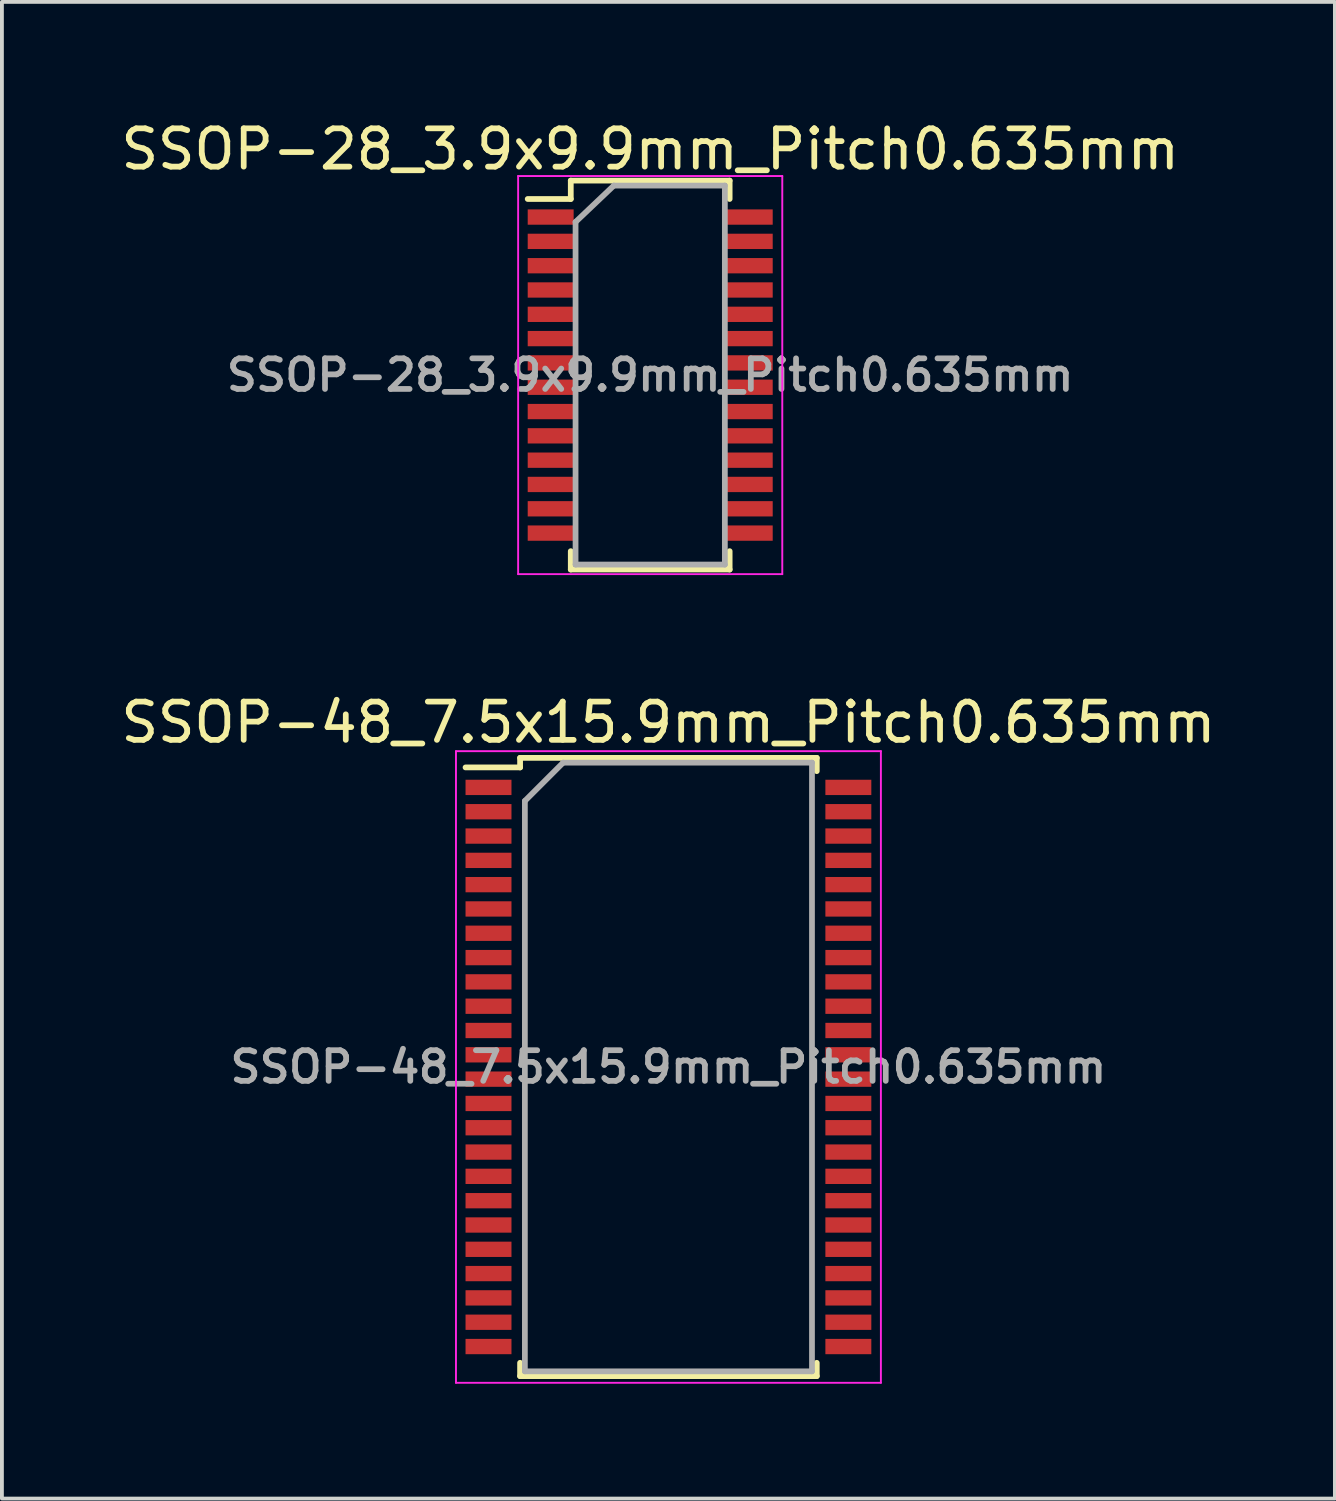
<source format=kicad_pcb>
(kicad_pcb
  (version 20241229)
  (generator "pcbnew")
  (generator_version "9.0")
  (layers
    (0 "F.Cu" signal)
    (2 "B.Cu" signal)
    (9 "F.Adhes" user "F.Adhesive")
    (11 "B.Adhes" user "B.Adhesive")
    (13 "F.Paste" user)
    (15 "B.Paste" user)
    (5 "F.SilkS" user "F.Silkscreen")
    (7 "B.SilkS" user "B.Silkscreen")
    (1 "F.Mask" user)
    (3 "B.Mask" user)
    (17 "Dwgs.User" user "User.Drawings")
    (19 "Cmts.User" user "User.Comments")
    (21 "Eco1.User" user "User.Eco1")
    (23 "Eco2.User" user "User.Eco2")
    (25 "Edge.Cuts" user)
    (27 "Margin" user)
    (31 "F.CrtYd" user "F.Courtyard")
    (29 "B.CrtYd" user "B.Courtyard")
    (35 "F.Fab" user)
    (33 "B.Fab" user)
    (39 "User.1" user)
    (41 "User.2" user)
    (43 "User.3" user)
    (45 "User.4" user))
  (footprint "SSOP-48_7.5x15.9mm_Pitch0.635mm"
    (layer "F.Cu")
    (at 14.411 24.822)
    (property "Reference" "SSOP-48_7.5x15.9mm_Pitch0.635mm" (at 0 -9 0) (layer "F.SilkS") (effects (font (size 1 1) (thickness 0.15))))
    (attr smd)
    (fp_line (start -3.875 -8.075) (end -3.875 -7.825) (stroke (width 0.15) (type solid)) (layer "F.SilkS"))
    (fp_line (start -3.875 -8.075) (end 3.875 -8.075) (stroke (width 0.15) (type solid)) (layer "F.SilkS"))
    (fp_line (start -3.875 -7.825) (end -5.3 -7.825) (stroke (width 0.15) (type solid)) (layer "F.SilkS"))
    (fp_line (start -3.875 8.075) (end -3.875 7.728) (stroke (width 0.15) (type solid)) (layer "F.SilkS"))
    (fp_line (start -3.875 8.075) (end 3.875 8.075) (stroke (width 0.15) (type solid)) (layer "F.SilkS"))
    (fp_line (start 3.875 -8.075) (end 3.875 -7.728) (stroke (width 0.15) (type solid)) (layer "F.SilkS"))
    (fp_line (start 3.875 8.075) (end 3.875 7.728) (stroke (width 0.15) (type solid)) (layer "F.SilkS"))
    (fp_line (start -5.55 -8.25) (end -5.55 8.25) (stroke (width 0.05) (type solid)) (layer "F.CrtYd"))
    (fp_line (start -5.55 -8.25) (end 5.55 -8.25) (stroke (width 0.05) (type solid)) (layer "F.CrtYd"))
    (fp_line (start -5.55 8.25) (end 5.55 8.25) (stroke (width 0.05) (type solid)) (layer "F.CrtYd"))
    (fp_line (start 5.55 -8.25) (end 5.55 8.25) (stroke (width 0.05) (type solid)) (layer "F.CrtYd"))
    (fp_line (start -3.75 -6.95) (end -2.75 -7.95) (stroke (width 0.15) (type solid)) (layer "F.Fab"))
    (fp_line (start -3.75 7.95) (end -3.75 -6.95) (stroke (width 0.15) (type solid)) (layer "F.Fab"))
    (fp_line (start -2.75 -7.95) (end 3.75 -7.95) (stroke (width 0.15) (type solid)) (layer "F.Fab"))
    (fp_line (start 3.75 -7.95) (end 3.75 7.95) (stroke (width 0.15) (type solid)) (layer "F.Fab"))
    (fp_line (start 3.75 7.95) (end -3.75 7.95) (stroke (width 0.15) (type solid)) (layer "F.Fab"))
    (fp_text user "${REFERENCE}" (at 0 0 0) (layer "F.Fab") (effects (font (size 0.8 0.8) (thickness 0.15))))
    (pad "1" smd rect (at -4.7 -7.303) (size 1.2 0.4) (layers "F.Cu" "F.Mask" "F.Paste"))
    (pad "2" smd rect (at -4.7 -6.668) (size 1.2 0.4) (layers "F.Cu" "F.Mask" "F.Paste"))
    (pad "3" smd rect (at -4.7 -6.032) (size 1.2 0.4) (layers "F.Cu" "F.Mask" "F.Paste"))
    (pad "4" smd rect (at -4.7 -5.397) (size 1.2 0.4) (layers "F.Cu" "F.Mask" "F.Paste"))
    (pad "5" smd rect (at -4.7 -4.763) (size 1.2 0.4) (layers "F.Cu" "F.Mask" "F.Paste"))
    (pad "6" smd rect (at -4.7 -4.128) (size 1.2 0.4) (layers "F.Cu" "F.Mask" "F.Paste"))
    (pad "7" smd rect (at -4.7 -3.493) (size 1.2 0.4) (layers "F.Cu" "F.Mask" "F.Paste"))
    (pad "8" smd rect (at -4.7 -2.857) (size 1.2 0.4) (layers "F.Cu" "F.Mask" "F.Paste"))
    (pad "9" smd rect (at -4.7 -2.223) (size 1.2 0.4) (layers "F.Cu" "F.Mask" "F.Paste"))
    (pad "10" smd rect (at -4.7 -1.587) (size 1.2 0.4) (layers "F.Cu" "F.Mask" "F.Paste"))
    (pad "11" smd rect (at -4.7 -0.953) (size 1.2 0.4) (layers "F.Cu" "F.Mask" "F.Paste"))
    (pad "12" smd rect (at -4.7 -0.318) (size 1.2 0.4) (layers "F.Cu" "F.Mask" "F.Paste"))
    (pad "13" smd rect (at -4.7 0.318) (size 1.2 0.4) (layers "F.Cu" "F.Mask" "F.Paste"))
    (pad "14" smd rect (at -4.7 0.953) (size 1.2 0.4) (layers "F.Cu" "F.Mask" "F.Paste"))
    (pad "15" smd rect (at -4.7 1.587) (size 1.2 0.4) (layers "F.Cu" "F.Mask" "F.Paste"))
    (pad "16" smd rect (at -4.7 2.223) (size 1.2 0.4) (layers "F.Cu" "F.Mask" "F.Paste"))
    (pad "17" smd rect (at -4.7 2.857) (size 1.2 0.4) (layers "F.Cu" "F.Mask" "F.Paste"))
    (pad "18" smd rect (at -4.7 3.493) (size 1.2 0.4) (layers "F.Cu" "F.Mask" "F.Paste"))
    (pad "19" smd rect (at -4.7 4.128) (size 1.2 0.4) (layers "F.Cu" "F.Mask" "F.Paste"))
    (pad "20" smd rect (at -4.7 4.763) (size 1.2 0.4) (layers "F.Cu" "F.Mask" "F.Paste"))
    (pad "21" smd rect (at -4.7 5.397) (size 1.2 0.4) (layers "F.Cu" "F.Mask" "F.Paste"))
    (pad "22" smd rect (at -4.7 6.032) (size 1.2 0.4) (layers "F.Cu" "F.Mask" "F.Paste"))
    (pad "23" smd rect (at -4.7 6.668) (size 1.2 0.4) (layers "F.Cu" "F.Mask" "F.Paste"))
    (pad "24" smd rect (at -4.7 7.303) (size 1.2 0.4) (layers "F.Cu" "F.Mask" "F.Paste"))
    (pad "25" smd rect (at 4.7 7.303) (size 1.2 0.4) (layers "F.Cu" "F.Mask" "F.Paste"))
    (pad "26" smd rect (at 4.7 6.668) (size 1.2 0.4) (layers "F.Cu" "F.Mask" "F.Paste"))
    (pad "27" smd rect (at 4.7 6.032) (size 1.2 0.4) (layers "F.Cu" "F.Mask" "F.Paste"))
    (pad "28" smd rect (at 4.7 5.397) (size 1.2 0.4) (layers "F.Cu" "F.Mask" "F.Paste"))
    (pad "29" smd rect (at 4.7 4.763) (size 1.2 0.4) (layers "F.Cu" "F.Mask" "F.Paste"))
    (pad "30" smd rect (at 4.7 4.128) (size 1.2 0.4) (layers "F.Cu" "F.Mask" "F.Paste"))
    (pad "31" smd rect (at 4.7 3.493) (size 1.2 0.4) (layers "F.Cu" "F.Mask" "F.Paste"))
    (pad "32" smd rect (at 4.7 2.857) (size 1.2 0.4) (layers "F.Cu" "F.Mask" "F.Paste"))
    (pad "33" smd rect (at 4.7 2.223) (size 1.2 0.4) (layers "F.Cu" "F.Mask" "F.Paste"))
    (pad "34" smd rect (at 4.7 1.587) (size 1.2 0.4) (layers "F.Cu" "F.Mask" "F.Paste"))
    (pad "35" smd rect (at 4.7 0.953) (size 1.2 0.4) (layers "F.Cu" "F.Mask" "F.Paste"))
    (pad "36" smd rect (at 4.7 0.318) (size 1.2 0.4) (layers "F.Cu" "F.Mask" "F.Paste"))
    (pad "37" smd rect (at 4.7 -0.318) (size 1.2 0.4) (layers "F.Cu" "F.Mask" "F.Paste"))
    (pad "38" smd rect (at 4.7 -0.953) (size 1.2 0.4) (layers "F.Cu" "F.Mask" "F.Paste"))
    (pad "39" smd rect (at 4.7 -1.587) (size 1.2 0.4) (layers "F.Cu" "F.Mask" "F.Paste"))
    (pad "40" smd rect (at 4.7 -2.223) (size 1.2 0.4) (layers "F.Cu" "F.Mask" "F.Paste"))
    (pad "41" smd rect (at 4.7 -2.857) (size 1.2 0.4) (layers "F.Cu" "F.Mask" "F.Paste"))
    (pad "42" smd rect (at 4.7 -3.493) (size 1.2 0.4) (layers "F.Cu" "F.Mask" "F.Paste"))
    (pad "43" smd rect (at 4.7 -4.128) (size 1.2 0.4) (layers "F.Cu" "F.Mask" "F.Paste"))
    (pad "44" smd rect (at 4.7 -4.763) (size 1.2 0.4) (layers "F.Cu" "F.Mask" "F.Paste"))
    (pad "45" smd rect (at 4.7 -5.397) (size 1.2 0.4) (layers "F.Cu" "F.Mask" "F.Paste"))
    (pad "46" smd rect (at 4.7 -6.032) (size 1.2 0.4) (layers "F.Cu" "F.Mask" "F.Paste"))
    (pad "47" smd rect (at 4.7 -6.668) (size 1.2 0.4) (layers "F.Cu" "F.Mask" "F.Paste"))
    (pad "48" smd rect (at 4.7 -7.303) (size 1.2 0.4) (layers "F.Cu" "F.Mask" "F.Paste")))
  (footprint "SSOP-28_3.9x9.9mm_Pitch0.635mm"
    (layer "F.Cu")
    (at 13.935 6.748)
    (property "Reference" "SSOP-28_3.9x9.9mm_Pitch0.635mm" (at 0 -5.9 0) (layer "F.SilkS") (effects (font (size 1 1) (thickness 0.15))))
    (attr smd)
    (fp_line (start -2.075 -5.08) (end -2.075 -4.6) (stroke (width 0.15) (type solid)) (layer "F.SilkS"))
    (fp_line (start -2.075 -5.08) (end 2.075 -5.08) (stroke (width 0.15) (type solid)) (layer "F.SilkS"))
    (fp_line (start -2.075 -4.6) (end -3.2 -4.6) (stroke (width 0.15) (type solid)) (layer "F.SilkS"))
    (fp_line (start -2.075 5.08) (end -2.075 4.6) (stroke (width 0.15) (type solid)) (layer "F.SilkS"))
    (fp_line (start -2.075 5.08) (end 2.075 5.08) (stroke (width 0.15) (type solid)) (layer "F.SilkS"))
    (fp_line (start 2.075 -5.08) (end 2.075 -4.6) (stroke (width 0.15) (type solid)) (layer "F.SilkS"))
    (fp_line (start 2.075 5.08) (end 2.075 4.6) (stroke (width 0.15) (type solid)) (layer "F.SilkS"))
    (fp_line (start -3.45 -5.2) (end -3.45 5.2) (stroke (width 0.05) (type solid)) (layer "F.CrtYd"))
    (fp_line (start -3.45 -5.2) (end 3.45 -5.2) (stroke (width 0.05) (type solid)) (layer "F.CrtYd"))
    (fp_line (start -3.45 5.2) (end 3.45 5.2) (stroke (width 0.05) (type solid)) (layer "F.CrtYd"))
    (fp_line (start 3.45 -5.2) (end 3.45 5.2) (stroke (width 0.05) (type solid)) (layer "F.CrtYd"))
    (fp_line (start -1.95 -4) (end -0.95 -4.95) (stroke (width 0.15) (type solid)) (layer "F.Fab"))
    (fp_line (start -1.95 4.95) (end -1.95 -4) (stroke (width 0.15) (type solid)) (layer "F.Fab"))
    (fp_line (start -0.95 -4.95) (end 1.95 -4.95) (stroke (width 0.15) (type solid)) (layer "F.Fab"))
    (fp_line (start 1.95 -4.95) (end 1.95 4.95) (stroke (width 0.15) (type solid)) (layer "F.Fab"))
    (fp_line (start 1.95 4.95) (end -1.95 4.95) (stroke (width 0.15) (type solid)) (layer "F.Fab"))
    (fp_text user "${REFERENCE}" (at 0 0 0) (layer "F.Fab") (effects (font (size 0.8 0.8) (thickness 0.15))))
    (pad "1" smd rect (at -2.6 -4.128) (size 1.2 0.4) (layers "F.Cu" "F.Mask" "F.Paste"))
    (pad "2" smd rect (at -2.6 -3.493) (size 1.2 0.4) (layers "F.Cu" "F.Mask" "F.Paste"))
    (pad "3" smd rect (at -2.6 -2.857) (size 1.2 0.4) (layers "F.Cu" "F.Mask" "F.Paste"))
    (pad "4" smd rect (at -2.6 -2.223) (size 1.2 0.4) (layers "F.Cu" "F.Mask" "F.Paste"))
    (pad "5" smd rect (at -2.6 -1.587) (size 1.2 0.4) (layers "F.Cu" "F.Mask" "F.Paste"))
    (pad "6" smd rect (at -2.6 -0.953) (size 1.2 0.4) (layers "F.Cu" "F.Mask" "F.Paste"))
    (pad "7" smd rect (at -2.6 -0.318) (size 1.2 0.4) (layers "F.Cu" "F.Mask" "F.Paste"))
    (pad "8" smd rect (at -2.6 0.318) (size 1.2 0.4) (layers "F.Cu" "F.Mask" "F.Paste"))
    (pad "9" smd rect (at -2.6 0.953) (size 1.2 0.4) (layers "F.Cu" "F.Mask" "F.Paste"))
    (pad "10" smd rect (at -2.6 1.587) (size 1.2 0.4) (layers "F.Cu" "F.Mask" "F.Paste"))
    (pad "11" smd rect (at -2.6 2.223) (size 1.2 0.4) (layers "F.Cu" "F.Mask" "F.Paste"))
    (pad "12" smd rect (at -2.6 2.857) (size 1.2 0.4) (layers "F.Cu" "F.Mask" "F.Paste"))
    (pad "13" smd rect (at -2.6 3.493) (size 1.2 0.4) (layers "F.Cu" "F.Mask" "F.Paste"))
    (pad "14" smd rect (at -2.6 4.128) (size 1.2 0.4) (layers "F.Cu" "F.Mask" "F.Paste"))
    (pad "15" smd rect (at 2.6 4.128) (size 1.2 0.4) (layers "F.Cu" "F.Mask" "F.Paste"))
    (pad "16" smd rect (at 2.6 3.493) (size 1.2 0.4) (layers "F.Cu" "F.Mask" "F.Paste"))
    (pad "17" smd rect (at 2.6 2.857) (size 1.2 0.4) (layers "F.Cu" "F.Mask" "F.Paste"))
    (pad "18" smd rect (at 2.6 2.223) (size 1.2 0.4) (layers "F.Cu" "F.Mask" "F.Paste"))
    (pad "19" smd rect (at 2.6 1.587) (size 1.2 0.4) (layers "F.Cu" "F.Mask" "F.Paste"))
    (pad "20" smd rect (at 2.6 0.953) (size 1.2 0.4) (layers "F.Cu" "F.Mask" "F.Paste"))
    (pad "21" smd rect (at 2.6 0.318) (size 1.2 0.4) (layers "F.Cu" "F.Mask" "F.Paste"))
    (pad "22" smd rect (at 2.6 -0.318) (size 1.2 0.4) (layers "F.Cu" "F.Mask" "F.Paste"))
    (pad "23" smd rect (at 2.6 -0.953) (size 1.2 0.4) (layers "F.Cu" "F.Mask" "F.Paste"))
    (pad "24" smd rect (at 2.6 -1.587) (size 1.2 0.4) (layers "F.Cu" "F.Mask" "F.Paste"))
    (pad "25" smd rect (at 2.6 -2.223) (size 1.2 0.4) (layers "F.Cu" "F.Mask" "F.Paste"))
    (pad "26" smd rect (at 2.6 -2.857) (size 1.2 0.4) (layers "F.Cu" "F.Mask" "F.Paste"))
    (pad "27" smd rect (at 2.6 -3.493) (size 1.2 0.4) (layers "F.Cu" "F.Mask" "F.Paste"))
    (pad "28" smd rect (at 2.6 -4.128) (size 1.2 0.4) (layers "F.Cu" "F.Mask" "F.Paste")))
  (gr_rect
    (start -3 -3)
    (end 31.821 36.096)
    (stroke (width 0.1) (type default))
    (fill no)
    (layer "Edge.Cuts")))
</source>
